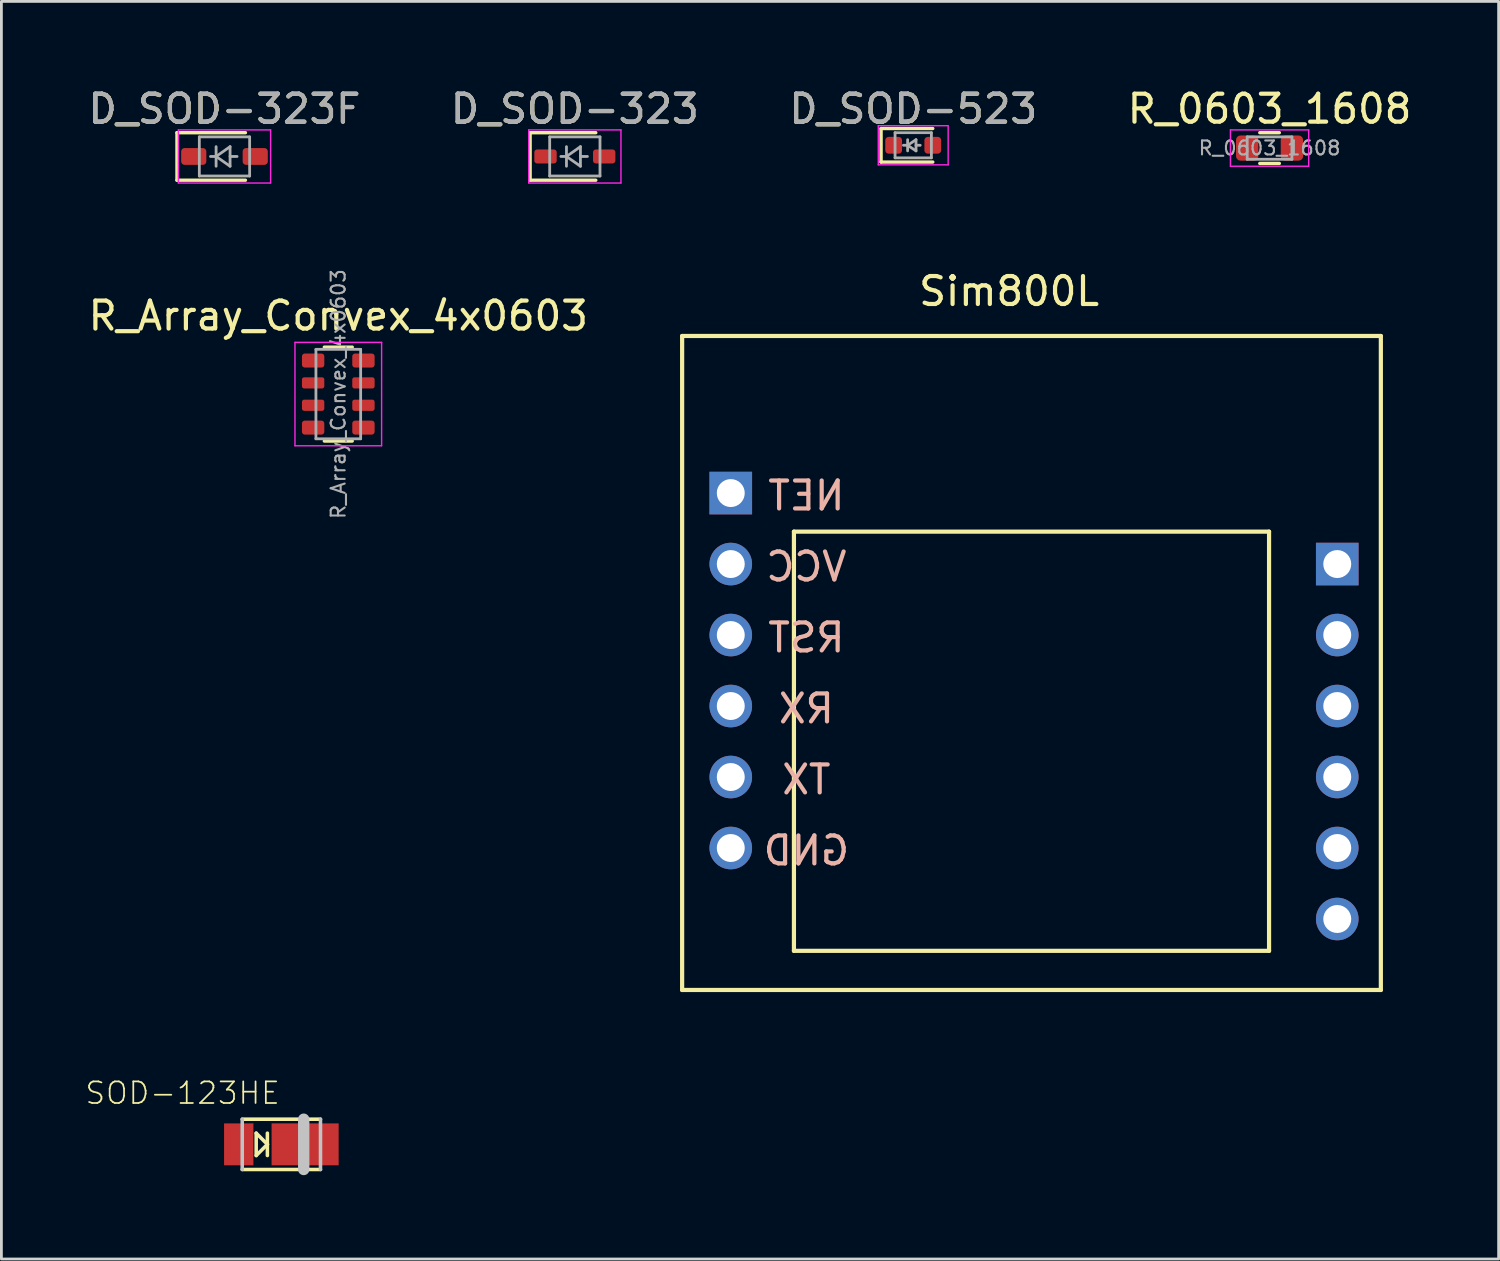
<source format=kicad_pcb>
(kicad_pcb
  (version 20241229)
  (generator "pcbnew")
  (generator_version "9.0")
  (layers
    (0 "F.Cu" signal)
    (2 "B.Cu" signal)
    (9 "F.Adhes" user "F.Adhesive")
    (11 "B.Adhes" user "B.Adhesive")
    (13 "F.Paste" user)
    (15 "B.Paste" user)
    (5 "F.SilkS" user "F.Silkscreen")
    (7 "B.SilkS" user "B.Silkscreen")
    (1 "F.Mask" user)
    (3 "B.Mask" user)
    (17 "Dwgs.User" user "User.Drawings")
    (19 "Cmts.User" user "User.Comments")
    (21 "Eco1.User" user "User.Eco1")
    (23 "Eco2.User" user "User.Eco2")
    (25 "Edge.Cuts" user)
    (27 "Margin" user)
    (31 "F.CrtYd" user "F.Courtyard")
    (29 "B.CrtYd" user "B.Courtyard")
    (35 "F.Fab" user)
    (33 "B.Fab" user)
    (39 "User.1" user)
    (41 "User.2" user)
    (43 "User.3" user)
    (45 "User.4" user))
  (footprint "D_SOD-323F"
    (layer "F.Cu")
    (at 4.982 2.548)
    (property "Reference" "D_SOD-323F" (at 0 -1.7 0) (layer "F.SilkS") (effects (font (size 1 1) (thickness 0.15))))
    (attr smd)
    (fp_line (start -1.7 -0.85) (end -1.7 0.85) (stroke (width 0.12) (type solid)) (layer "F.SilkS"))
    (fp_line (start -1.7 -0.85) (end 0.75 -0.85) (stroke (width 0.12) (type solid)) (layer "F.SilkS"))
    (fp_line (start -1.7 0.85) (end 0.75 0.85) (stroke (width 0.12) (type solid)) (layer "F.SilkS"))
    (fp_line (start -1.65 -0.95) (end -1.65 0.95) (stroke (width 0.05) (type solid)) (layer "F.CrtYd"))
    (fp_line (start -1.65 -0.95) (end 1.65 -0.95) (stroke (width 0.05) (type solid)) (layer "F.CrtYd"))
    (fp_line (start -1.65 0.95) (end 1.65 0.95) (stroke (width 0.05) (type solid)) (layer "F.CrtYd"))
    (fp_line (start 1.65 -0.95) (end 1.65 0.95) (stroke (width 0.05) (type solid)) (layer "F.CrtYd"))
    (fp_line (start -0.9 -0.7) (end 0.9 -0.7) (stroke (width 0.1) (type solid)) (layer "F.Fab"))
    (fp_line (start -0.9 0.7) (end -0.9 -0.7) (stroke (width 0.1) (type solid)) (layer "F.Fab"))
    (fp_line (start -0.3 -0.35) (end -0.3 0.35) (stroke (width 0.1) (type solid)) (layer "F.Fab"))
    (fp_line (start -0.3 0) (end -0.5 0) (stroke (width 0.1) (type solid)) (layer "F.Fab"))
    (fp_line (start -0.3 0) (end 0.2 -0.35) (stroke (width 0.1) (type solid)) (layer "F.Fab"))
    (fp_line (start 0.2 -0.35) (end 0.2 0.35) (stroke (width 0.1) (type solid)) (layer "F.Fab"))
    (fp_line (start 0.2 0) (end 0.45 0) (stroke (width 0.1) (type solid)) (layer "F.Fab"))
    (fp_line (start 0.2 0.35) (end -0.3 0) (stroke (width 0.1) (type solid)) (layer "F.Fab"))
    (fp_line (start 0.9 -0.7) (end 0.9 0.7) (stroke (width 0.1) (type solid)) (layer "F.Fab"))
    (fp_line (start 0.9 0.7) (end -0.9 0.7) (stroke (width 0.1) (type solid)) (layer "F.Fab"))
    (fp_text user "${REFERENCE}" (at 0 -1.7 0) (layer "F.Fab") (effects (font (size 1 1) (thickness 0.15))))
    (pad "1" smd roundrect (at -1.1 0) (size 0.9 0.6) (layers "F.Cu" "F.Mask" "F.Paste") (roundrect_rratio 0.2))
    (pad "2" smd roundrect (at 1.1 0) (size 0.9 0.6) (layers "F.Cu" "F.Mask" "F.Paste") (roundrect_rratio 0.2)))
  (footprint "D_SOD-523"
    (layer "F.Cu")
    (at 29.625 2.148)
    (property "Reference" "D_SOD-523" (at 0 -1.3 0) (layer "F.SilkS") (effects (font (size 1 1) (thickness 0.15))))
    (attr smd)
    (fp_line (start -1.15 -0.6) (end -1.15 0.6) (stroke (width 0.12) (type solid)) (layer "F.SilkS"))
    (fp_line (start 0.7 -0.6) (end -1.15 -0.6) (stroke (width 0.12) (type solid)) (layer "F.SilkS"))
    (fp_line (start 0.7 0.6) (end -1.15 0.6) (stroke (width 0.12) (type solid)) (layer "F.SilkS"))
    (fp_line (start -1.25 -0.7) (end 1.25 -0.7) (stroke (width 0.05) (type solid)) (layer "F.CrtYd"))
    (fp_line (start -1.25 0.7) (end -1.25 -0.7) (stroke (width 0.05) (type solid)) (layer "F.CrtYd"))
    (fp_line (start 1.25 -0.7) (end 1.25 0.7) (stroke (width 0.05) (type solid)) (layer "F.CrtYd"))
    (fp_line (start 1.25 0.7) (end -1.25 0.7) (stroke (width 0.05) (type solid)) (layer "F.CrtYd"))
    (fp_line (start -0.65 -0.45) (end 0.65 -0.45) (stroke (width 0.1) (type solid)) (layer "F.Fab"))
    (fp_line (start -0.65 0.45) (end -0.65 -0.45) (stroke (width 0.1) (type solid)) (layer "F.Fab"))
    (fp_line (start -0.2 0) (end -0.35 0) (stroke (width 0.1) (type solid)) (layer "F.Fab"))
    (fp_line (start -0.2 0) (end 0.1 0.2) (stroke (width 0.1) (type solid)) (layer "F.Fab"))
    (fp_line (start -0.2 0.2) (end -0.2 -0.2) (stroke (width 0.1) (type solid)) (layer "F.Fab"))
    (fp_line (start 0.1 -0.2) (end -0.2 0) (stroke (width 0.1) (type solid)) (layer "F.Fab"))
    (fp_line (start 0.1 0) (end 0.25 0) (stroke (width 0.1) (type solid)) (layer "F.Fab"))
    (fp_line (start 0.1 0.2) (end 0.1 -0.2) (stroke (width 0.1) (type solid)) (layer "F.Fab"))
    (fp_line (start 0.65 -0.45) (end 0.65 0.45) (stroke (width 0.1) (type solid)) (layer "F.Fab"))
    (fp_line (start 0.65 0.45) (end -0.65 0.45) (stroke (width 0.1) (type solid)) (layer "F.Fab"))
    (fp_text user "${REFERENCE}" (at 0 -1.3 0) (layer "F.Fab") (effects (font (size 1 1) (thickness 0.15))))
    (pad "1" smd roundrect (at -0.7 0 180) (size 0.6 0.6) (layers "F.Cu" "F.Mask" "F.Paste") (roundrect_rratio 0.2))
    (pad "2" smd roundrect (at 0.7 0 180) (size 0.6 0.6) (layers "F.Cu" "F.Mask" "F.Paste") (roundrect_rratio 0.2)))
  (footprint "Sim800L"
    (layer "F.Cu")
    (at 21.357 8.972)
    (property "Reference" "Sim800L" (at 11.7 -1.6 0) (layer "F.SilkS") (effects (font (size 1 1) (thickness 0.15))))
    (attr through_hole)
    (fp_line (start 0 0) (end 0 23.4) (stroke (width 0.15) (type solid)) (layer "F.SilkS"))
    (fp_line (start 0 23.4) (end 25 23.4) (stroke (width 0.15) (type solid)) (layer "F.SilkS"))
    (fp_line (start 4 7) (end 4 22) (stroke (width 0.15) (type solid)) (layer "F.SilkS"))
    (fp_line (start 4 22) (end 21 22) (stroke (width 0.15) (type solid)) (layer "F.SilkS"))
    (fp_line (start 21 7) (end 4 7) (stroke (width 0.15) (type solid)) (layer "F.SilkS"))
    (fp_line (start 21 22) (end 21 7) (stroke (width 0.15) (type solid)) (layer "F.SilkS"))
    (fp_line (start 25 0) (end 0 0) (stroke (width 0.15) (type solid)) (layer "F.SilkS"))
    (fp_line (start 25 23.4) (end 25 0) (stroke (width 0.15) (type solid)) (layer "F.SilkS"))
    (fp_text user "GND" (at 4.445 18.415 0) (layer "B.SilkS") (effects (font (size 1 1) (thickness 0.15)) (justify mirror)))
    (fp_text user "VCC" (at 4.445 8.255 0) (layer "B.SilkS") (effects (font (size 1 1) (thickness 0.15)) (justify mirror)))
    (fp_text user "TX" (at 4.445 15.875 0) (layer "B.SilkS") (effects (font (size 1 1) (thickness 0.15)) (justify mirror)))
    (fp_text user "RST" (at 4.445 10.795 0) (layer "B.SilkS") (effects (font (size 1 1) (thickness 0.15)) (justify mirror)))
    (fp_text user "NET" (at 4.445 5.715 180) (layer "B.SilkS") (effects (font (size 1 1) (thickness 0.15)) (justify mirror)))
    (fp_text user "RX" (at 4.445 13.335 0) (layer "B.SilkS") (effects (font (size 1 1) (thickness 0.15)) (justify mirror)))
    (pad "1" thru_hole rect (at 1.74 5.62) (size 1.524 1.524) (drill 1) (layers "*.Cu" "*.Mask"))
    (pad "2" thru_hole circle (at 1.74 8.16) (size 1.524 1.524) (drill 1) (layers "*.Cu" "*.Mask"))
    (pad "3" thru_hole circle (at 1.74 10.7) (size 1.524 1.524) (drill 1) (layers "*.Cu" "*.Mask"))
    (pad "4" thru_hole circle (at 1.74 13.24) (size 1.524 1.524) (drill 1) (layers "*.Cu" "*.Mask"))
    (pad "5" thru_hole circle (at 1.74 15.78) (size 1.524 1.524) (drill 1) (layers "*.Cu" "*.Mask"))
    (pad "6" thru_hole circle (at 1.74 18.32) (size 1.524 1.524) (drill 1) (layers "*.Cu" "*.Mask"))
    (pad "7" thru_hole rect (at 23.44 8.16) (size 1.524 1.524) (drill 1) (layers "*.Cu" "*.Mask"))
    (pad "8" thru_hole circle (at 23.44 10.7) (size 1.524 1.524) (drill 1) (layers "*.Cu" "*.Mask"))
    (pad "9" thru_hole circle (at 23.44 13.24) (size 1.524 1.524) (drill 1) (layers "*.Cu" "*.Mask"))
    (pad "10" thru_hole circle (at 23.44 15.78) (size 1.524 1.524) (drill 1) (layers "*.Cu" "*.Mask"))
    (pad "11" thru_hole circle (at 23.44 18.32) (size 1.524 1.524) (drill 1) (layers "*.Cu" "*.Mask"))
    (pad "12" thru_hole circle (at 23.44 20.86) (size 1.524 1.524) (drill 1) (layers "*.Cu" "*.Mask")))
  (footprint "R_Array_Convex_4x0603"
    (layer "F.Cu")
    (at 9.054 11.05)
    (property "Reference" "R_Array_Convex_4x0603" (at 0 -2.8 0) (layer "F.SilkS") (effects (font (size 1 1) (thickness 0.15))))
    (attr smd)
    (fp_line (start 0.5 -1.68) (end -0.5 -1.68) (stroke (width 0.12) (type solid)) (layer "F.SilkS"))
    (fp_line (start 0.5 1.68) (end -0.5 1.68) (stroke (width 0.12) (type solid)) (layer "F.SilkS"))
    (fp_line (start -1.55 -1.85) (end -1.55 1.85) (stroke (width 0.05) (type solid)) (layer "F.CrtYd"))
    (fp_line (start -1.55 -1.85) (end 1.55 -1.85) (stroke (width 0.05) (type solid)) (layer "F.CrtYd"))
    (fp_line (start 1.55 1.85) (end -1.55 1.85) (stroke (width 0.05) (type solid)) (layer "F.CrtYd"))
    (fp_line (start 1.55 1.85) (end 1.55 -1.85) (stroke (width 0.05) (type solid)) (layer "F.CrtYd"))
    (fp_line (start -0.8 -1.6) (end 0.8 -1.6) (stroke (width 0.1) (type solid)) (layer "F.Fab"))
    (fp_line (start -0.8 1.6) (end -0.8 -1.6) (stroke (width 0.1) (type solid)) (layer "F.Fab"))
    (fp_line (start 0.8 -1.6) (end 0.8 1.6) (stroke (width 0.1) (type solid)) (layer "F.Fab"))
    (fp_line (start 0.8 1.6) (end -0.8 1.6) (stroke (width 0.1) (type solid)) (layer "F.Fab"))
    (fp_text user "${REFERENCE}" (at 0 0 90) (layer "F.Fab") (effects (font (size 0.5 0.5) (thickness 0.075))))
    (pad "1" smd roundrect (at -0.9 -1.2) (size 0.8 0.5) (layers "F.Cu" "F.Mask" "F.Paste") (roundrect_rratio 0.2))
    (pad "2" smd roundrect (at 0.9 -1.2) (size 0.8 0.5) (layers "F.Cu" "F.Mask" "F.Paste") (roundrect_rratio 0.2))
    (pad "3" smd roundrect (at -0.9 -0.4) (size 0.8 0.4) (layers "F.Cu" "F.Mask" "F.Paste") (roundrect_rratio 0.2))
    (pad "4" smd roundrect (at 0.9 -0.4) (size 0.8 0.4) (layers "F.Cu" "F.Mask" "F.Paste") (roundrect_rratio 0.2))
    (pad "5" smd roundrect (at -0.9 0.4) (size 0.8 0.4) (layers "F.Cu" "F.Mask" "F.Paste") (roundrect_rratio 0.2))
    (pad "6" smd roundrect (at 0.9 0.4) (size 0.8 0.4) (layers "F.Cu" "F.Mask" "F.Paste") (roundrect_rratio 0.2))
    (pad "7" smd roundrect (at -0.9 1.2) (size 0.8 0.5) (layers "F.Cu" "F.Mask" "F.Paste") (roundrect_rratio 0.2))
    (pad "8" smd roundrect (at 0.9 1.2) (size 0.8 0.5) (layers "F.Cu" "F.Mask" "F.Paste") (roundrect_rratio 0.2)))
  (footprint "R_0603_1608"
    (layer "F.Cu")
    (at 42.375 2.248)
    (property "Reference" "R_0603_1608" (at 0 -1.4 0) (layer "F.SilkS") (effects (font (size 1 1) (thickness 0.15))))
    (attr smd)
    (fp_line (start -0.35 -0.55) (end 0.35 -0.55) (stroke (width 0.12) (type solid)) (layer "F.SilkS"))
    (fp_line (start 0.35 0.55) (end -0.35 0.55) (stroke (width 0.12) (type solid)) (layer "F.SilkS"))
    (fp_line (start -1.4 -0.65) (end -1.4 0.65) (stroke (width 0.05) (type solid)) (layer "F.CrtYd"))
    (fp_line (start -1.4 -0.65) (end 1.4 -0.65) (stroke (width 0.05) (type solid)) (layer "F.CrtYd"))
    (fp_line (start 1.4 0.65) (end -1.4 0.65) (stroke (width 0.05) (type solid)) (layer "F.CrtYd"))
    (fp_line (start 1.4 0.65) (end 1.4 -0.65) (stroke (width 0.05) (type solid)) (layer "F.CrtYd"))
    (fp_line (start -0.8 -0.4) (end 0.8 -0.4) (stroke (width 0.1) (type solid)) (layer "F.Fab"))
    (fp_line (start -0.8 0.4) (end -0.8 -0.4) (stroke (width 0.1) (type solid)) (layer "F.Fab"))
    (fp_line (start 0.8 -0.4) (end 0.8 0.4) (stroke (width 0.1) (type solid)) (layer "F.Fab"))
    (fp_line (start 0.8 0.4) (end -0.8 0.4) (stroke (width 0.1) (type solid)) (layer "F.Fab"))
    (fp_text user "${REFERENCE}" (at 0 0 0) (layer "F.Fab") (effects (font (size 0.5 0.5) (thickness 0.075))))
    (pad "1" smd roundrect (at -0.8 0) (size 0.8 0.9) (layers "F.Cu" "F.Mask" "F.Paste") (roundrect_rratio 0.2))
    (pad "2" smd roundrect (at 0.8 0) (size 0.8 0.9) (layers "F.Cu" "F.Mask" "F.Paste") (roundrect_rratio 0.2)))
  (footprint "SOD-123HE"
    (layer "F.Cu")
    (at 7.017 37.895)
    (property "Reference" "SOD-123HE" (at 0 -2.286 0) (layer "F.SilkS") (effects (font (size 0.772 0.772) (thickness 0.062)) (justify right top)))
    (attr through_hole)
    (fp_line (start -1.4 -0.9) (end 1.4 -0.9) (stroke (width 0.127) (type solid)) (layer "F.SilkS"))
    (fp_line (start -0.9 -0.4) (end -0.5 0) (stroke (width 0.127) (type solid)) (layer "F.SilkS"))
    (fp_line (start -0.9 0.4) (end -0.9 -0.4) (stroke (width 0.127) (type solid)) (layer "F.SilkS"))
    (fp_line (start -0.5 -0.4) (end -0.5 0) (stroke (width 0.127) (type solid)) (layer "F.SilkS"))
    (fp_line (start -0.5 0) (end -0.9 0.4) (stroke (width 0.127) (type solid)) (layer "F.SilkS"))
    (fp_line (start -0.5 0) (end -0.5 0.4) (stroke (width 0.127) (type solid)) (layer "F.SilkS"))
    (fp_line (start 1.4 0.9) (end -1.4 0.9) (stroke (width 0.127) (type solid)) (layer "F.SilkS"))
    (fp_line (start -1.4 -0.9) (end -1.4 0.9) (stroke (width 0.127) (type solid)) (layer "Dwgs.User"))
    (fp_line (start 0.8 -0.9) (end 0.8 0.9) (stroke (width 0.406) (type solid)) (layer "Dwgs.User"))
    (fp_line (start 1.4 0.9) (end 1.4 -0.9) (stroke (width 0.127) (type solid)) (layer "Dwgs.User"))
    (pad "A" smd rect (at -1.525 0) (size 1.05 1.5) (layers "F.Cu" "F.Mask" "F.Paste"))
    (pad "C" smd rect (at 0.85 0) (size 2.4 1.5) (layers "F.Cu" "F.Mask" "F.Paste")))
  (footprint "D_SOD-323"
    (layer "F.Cu")
    (at 17.518 2.548)
    (property "Reference" "D_SOD-323" (at 0 -1.7 0) (layer "F.SilkS") (effects (font (size 1 1) (thickness 0.15))))
    (attr smd)
    (fp_line (start -1.6 -0.85) (end -1.6 0.85) (stroke (width 0.12) (type solid)) (layer "F.SilkS"))
    (fp_line (start -1.6 -0.85) (end 0.75 -0.85) (stroke (width 0.12) (type solid)) (layer "F.SilkS"))
    (fp_line (start -1.6 0.85) (end 0.75 0.85) (stroke (width 0.12) (type solid)) (layer "F.SilkS"))
    (fp_line (start -1.65 -0.95) (end -1.65 0.95) (stroke (width 0.05) (type solid)) (layer "F.CrtYd"))
    (fp_line (start -1.65 -0.95) (end 1.65 -0.95) (stroke (width 0.05) (type solid)) (layer "F.CrtYd"))
    (fp_line (start -1.65 0.95) (end 1.65 0.95) (stroke (width 0.05) (type solid)) (layer "F.CrtYd"))
    (fp_line (start 1.65 -0.95) (end 1.65 0.95) (stroke (width 0.05) (type solid)) (layer "F.CrtYd"))
    (fp_line (start -0.9 -0.7) (end 0.9 -0.7) (stroke (width 0.1) (type solid)) (layer "F.Fab"))
    (fp_line (start -0.9 0.7) (end -0.9 -0.7) (stroke (width 0.1) (type solid)) (layer "F.Fab"))
    (fp_line (start -0.3 -0.35) (end -0.3 0.35) (stroke (width 0.1) (type solid)) (layer "F.Fab"))
    (fp_line (start -0.3 0) (end -0.5 0) (stroke (width 0.1) (type solid)) (layer "F.Fab"))
    (fp_line (start -0.3 0) (end 0.2 -0.35) (stroke (width 0.1) (type solid)) (layer "F.Fab"))
    (fp_line (start 0.2 -0.35) (end 0.2 0.35) (stroke (width 0.1) (type solid)) (layer "F.Fab"))
    (fp_line (start 0.2 0) (end 0.45 0) (stroke (width 0.1) (type solid)) (layer "F.Fab"))
    (fp_line (start 0.2 0.35) (end -0.3 0) (stroke (width 0.1) (type solid)) (layer "F.Fab"))
    (fp_line (start 0.9 -0.7) (end 0.9 0.7) (stroke (width 0.1) (type solid)) (layer "F.Fab"))
    (fp_line (start 0.9 0.7) (end -0.9 0.7) (stroke (width 0.1) (type solid)) (layer "F.Fab"))
    (fp_text user "${REFERENCE}" (at 0 -1.7 0) (layer "F.Fab") (effects (font (size 1 1) (thickness 0.15))))
    (pad "1" smd roundrect (at -1.05 0) (size 0.8 0.5) (layers "F.Cu" "F.Mask" "F.Paste") (roundrect_rratio 0.2))
    (pad "2" smd roundrect (at 1.05 0) (size 0.8 0.5) (layers "F.Cu" "F.Mask" "F.Paste") (roundrect_rratio 0.2)))
  (gr_rect
    (start -3 -3)
    (end 50.571 41.998)
    (stroke (width 0.1) (type default))
    (fill no)
    (layer "Edge.Cuts")))
</source>
